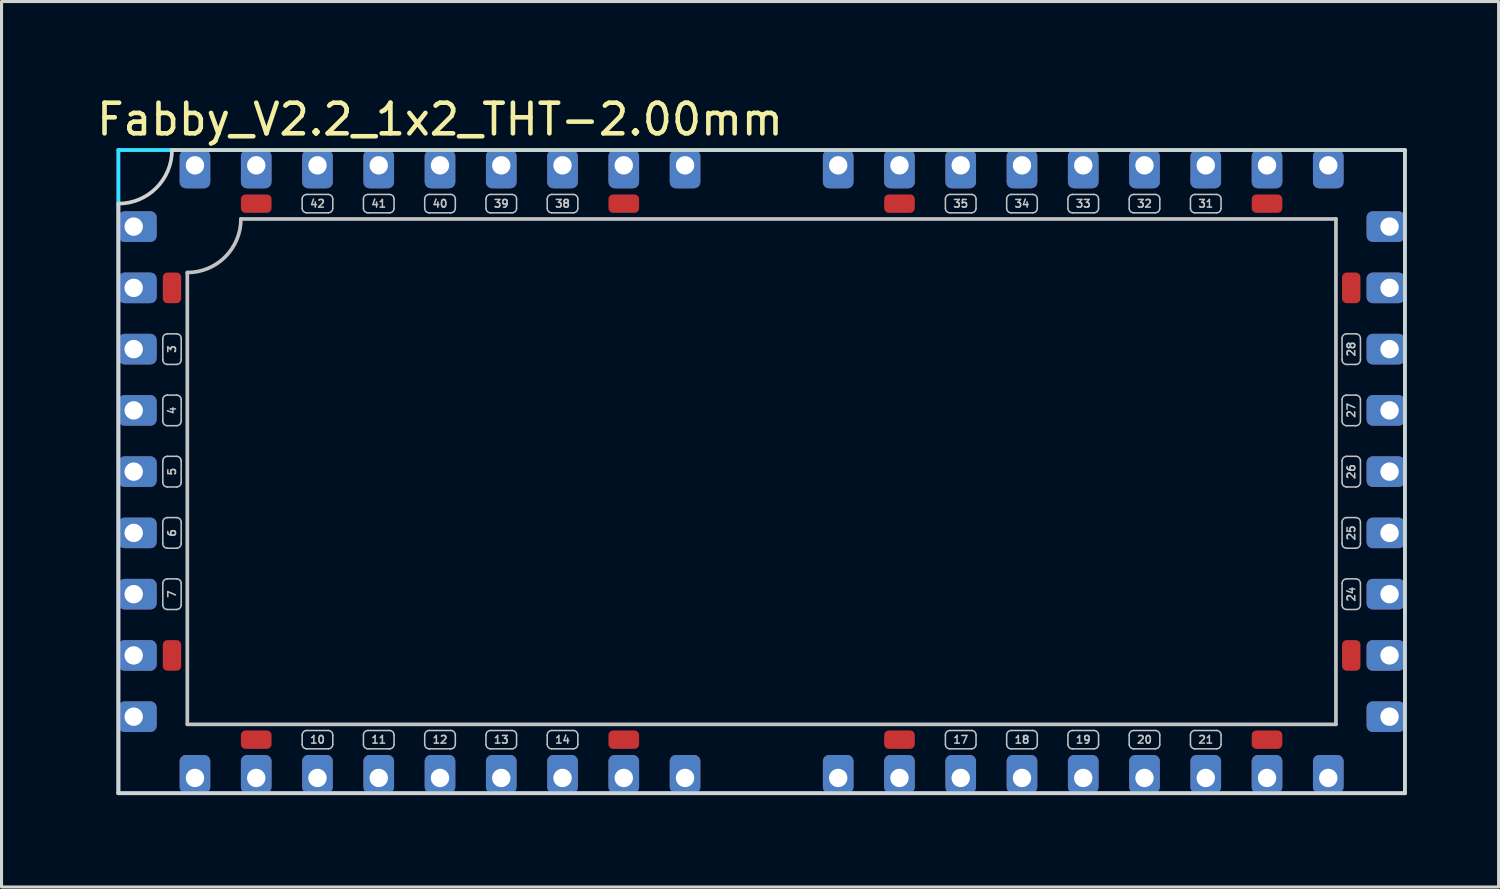
<source format=kicad_pcb>
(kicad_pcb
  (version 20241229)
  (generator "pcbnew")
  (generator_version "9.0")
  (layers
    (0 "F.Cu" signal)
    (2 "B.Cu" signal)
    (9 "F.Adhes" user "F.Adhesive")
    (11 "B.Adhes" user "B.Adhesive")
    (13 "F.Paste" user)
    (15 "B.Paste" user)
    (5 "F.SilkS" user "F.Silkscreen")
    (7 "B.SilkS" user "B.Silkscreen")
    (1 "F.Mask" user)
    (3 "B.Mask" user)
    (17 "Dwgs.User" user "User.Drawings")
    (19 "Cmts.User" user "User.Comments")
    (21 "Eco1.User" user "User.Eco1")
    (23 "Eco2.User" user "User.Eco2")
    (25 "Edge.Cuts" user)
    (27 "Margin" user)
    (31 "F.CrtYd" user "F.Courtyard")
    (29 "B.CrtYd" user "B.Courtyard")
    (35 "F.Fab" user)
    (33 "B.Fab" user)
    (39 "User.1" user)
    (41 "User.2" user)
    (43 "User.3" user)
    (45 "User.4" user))
  (footprint "Fabby_V2.2_1x2_THT-2.00mm"
    (layer "F.Cu")
    (at 21.815 12.348)
    (property "Reference" "Fabby_V2.2_1x2_THT-2.00mm" (at -10.5 -11.5 0) (layer "F.SilkS") (effects (font (size 1 1) (thickness 0.15))))
    (attr through_hole)
    (fp_line (start -19.55 -3.65) (end -19.55 -4.35) (stroke (width 0.05) (type solid)) (layer "Dwgs.User"))
    (fp_line (start -19.55 -1.65) (end -19.55 -2.35) (stroke (width 0.05) (type solid)) (layer "Dwgs.User"))
    (fp_line (start -19.55 0.35) (end -19.55 -0.35) (stroke (width 0.05) (type solid)) (layer "Dwgs.User"))
    (fp_line (start -19.55 2.35) (end -19.55 1.65) (stroke (width 0.05) (type solid)) (layer "Dwgs.User"))
    (fp_line (start -19.55 4.35) (end -19.55 3.65) (stroke (width 0.05) (type solid)) (layer "Dwgs.User"))
    (fp_line (start -19.4 -4.5) (end -19.1 -4.5) (stroke (width 0.05) (type solid)) (layer "Dwgs.User"))
    (fp_line (start -19.4 -3.5) (end -19.1 -3.5) (stroke (width 0.05) (type solid)) (layer "Dwgs.User"))
    (fp_line (start -19.4 -2.5) (end -19.1 -2.5) (stroke (width 0.05) (type solid)) (layer "Dwgs.User"))
    (fp_line (start -19.4 -1.5) (end -19.1 -1.5) (stroke (width 0.05) (type solid)) (layer "Dwgs.User"))
    (fp_line (start -19.4 -0.5) (end -19.1 -0.5) (stroke (width 0.05) (type solid)) (layer "Dwgs.User"))
    (fp_line (start -19.4 0.5) (end -19.1 0.5) (stroke (width 0.05) (type solid)) (layer "Dwgs.User"))
    (fp_line (start -19.4 1.5) (end -19.1 1.5) (stroke (width 0.05) (type solid)) (layer "Dwgs.User"))
    (fp_line (start -19.4 2.5) (end -19.1 2.5) (stroke (width 0.05) (type solid)) (layer "Dwgs.User"))
    (fp_line (start -19.4 3.5) (end -19.1 3.5) (stroke (width 0.05) (type solid)) (layer "Dwgs.User"))
    (fp_line (start -19.4 4.5) (end -19.1 4.5) (stroke (width 0.05) (type solid)) (layer "Dwgs.User"))
    (fp_line (start -18.95 -3.65) (end -18.95 -4.35) (stroke (width 0.05) (type solid)) (layer "Dwgs.User"))
    (fp_line (start -18.95 -1.65) (end -18.95 -2.35) (stroke (width 0.05) (type solid)) (layer "Dwgs.User"))
    (fp_line (start -18.95 0.35) (end -18.95 -0.35) (stroke (width 0.05) (type solid)) (layer "Dwgs.User"))
    (fp_line (start -18.95 2.35) (end -18.95 1.65) (stroke (width 0.05) (type solid)) (layer "Dwgs.User"))
    (fp_line (start -18.95 4.35) (end -18.95 3.65) (stroke (width 0.05) (type solid)) (layer "Dwgs.User"))
    (fp_line (start -18.75 8.25) (end -18.75 -6.5) (stroke (width 0.12) (type solid)) (layer "Dwgs.User"))
    (fp_line (start -17 -8.25) (end 18.75 -8.25) (stroke (width 0.12) (type solid)) (layer "Dwgs.User"))
    (fp_line (start -15 -8.6) (end -15 -8.9) (stroke (width 0.05) (type solid)) (layer "Dwgs.User"))
    (fp_line (start -15 8.6) (end -15 8.9) (stroke (width 0.05) (type solid)) (layer "Dwgs.User"))
    (fp_line (start -14.85 8.45) (end -14.15 8.45) (stroke (width 0.05) (type solid)) (layer "Dwgs.User"))
    (fp_line (start -14.85 9.05) (end -14.15 9.05) (stroke (width 0.05) (type solid)) (layer "Dwgs.User"))
    (fp_line (start -14.15 -9.05) (end -14.85 -9.05) (stroke (width 0.05) (type solid)) (layer "Dwgs.User"))
    (fp_line (start -14.15 -8.45) (end -14.85 -8.45) (stroke (width 0.05) (type solid)) (layer "Dwgs.User"))
    (fp_line (start -14 -8.6) (end -14 -8.9) (stroke (width 0.05) (type solid)) (layer "Dwgs.User"))
    (fp_line (start -14 8.6) (end -14 8.9) (stroke (width 0.05) (type solid)) (layer "Dwgs.User"))
    (fp_line (start -13 -8.6) (end -13 -8.9) (stroke (width 0.05) (type solid)) (layer "Dwgs.User"))
    (fp_line (start -13 8.6) (end -13 8.9) (stroke (width 0.05) (type solid)) (layer "Dwgs.User"))
    (fp_line (start -12.85 8.45) (end -12.15 8.45) (stroke (width 0.05) (type solid)) (layer "Dwgs.User"))
    (fp_line (start -12.85 9.05) (end -12.15 9.05) (stroke (width 0.05) (type solid)) (layer "Dwgs.User"))
    (fp_line (start -12.15 -9.05) (end -12.85 -9.05) (stroke (width 0.05) (type solid)) (layer "Dwgs.User"))
    (fp_line (start -12.15 -8.45) (end -12.85 -8.45) (stroke (width 0.05) (type solid)) (layer "Dwgs.User"))
    (fp_line (start -12 -8.6) (end -12 -8.9) (stroke (width 0.05) (type solid)) (layer "Dwgs.User"))
    (fp_line (start -12 8.6) (end -12 8.9) (stroke (width 0.05) (type solid)) (layer "Dwgs.User"))
    (fp_line (start -11 -8.6) (end -11 -8.9) (stroke (width 0.05) (type solid)) (layer "Dwgs.User"))
    (fp_line (start -11 8.6) (end -11 8.9) (stroke (width 0.05) (type solid)) (layer "Dwgs.User"))
    (fp_line (start -10.85 8.45) (end -10.15 8.45) (stroke (width 0.05) (type solid)) (layer "Dwgs.User"))
    (fp_line (start -10.85 9.05) (end -10.15 9.05) (stroke (width 0.05) (type solid)) (layer "Dwgs.User"))
    (fp_line (start -10.15 -9.05) (end -10.85 -9.05) (stroke (width 0.05) (type solid)) (layer "Dwgs.User"))
    (fp_line (start -10.15 -8.45) (end -10.85 -8.45) (stroke (width 0.05) (type solid)) (layer "Dwgs.User"))
    (fp_line (start -10 -8.6) (end -10 -8.9) (stroke (width 0.05) (type solid)) (layer "Dwgs.User"))
    (fp_line (start -10 8.6) (end -10 8.9) (stroke (width 0.05) (type solid)) (layer "Dwgs.User"))
    (fp_line (start -9 -8.6) (end -9 -8.9) (stroke (width 0.05) (type solid)) (layer "Dwgs.User"))
    (fp_line (start -9 8.6) (end -9 8.9) (stroke (width 0.05) (type solid)) (layer "Dwgs.User"))
    (fp_line (start -8.85 8.45) (end -8.15 8.45) (stroke (width 0.05) (type solid)) (layer "Dwgs.User"))
    (fp_line (start -8.85 9.05) (end -8.15 9.05) (stroke (width 0.05) (type solid)) (layer "Dwgs.User"))
    (fp_line (start -8.15 -9.05) (end -8.85 -9.05) (stroke (width 0.05) (type solid)) (layer "Dwgs.User"))
    (fp_line (start -8.15 -8.45) (end -8.85 -8.45) (stroke (width 0.05) (type solid)) (layer "Dwgs.User"))
    (fp_line (start -8 -8.6) (end -8 -8.9) (stroke (width 0.05) (type solid)) (layer "Dwgs.User"))
    (fp_line (start -8 8.6) (end -8 8.9) (stroke (width 0.05) (type solid)) (layer "Dwgs.User"))
    (fp_line (start -7 -8.6) (end -7 -8.9) (stroke (width 0.05) (type solid)) (layer "Dwgs.User"))
    (fp_line (start -7 8.6) (end -7 8.9) (stroke (width 0.05) (type solid)) (layer "Dwgs.User"))
    (fp_line (start -6.85 8.45) (end -6.15 8.45) (stroke (width 0.05) (type solid)) (layer "Dwgs.User"))
    (fp_line (start -6.85 9.05) (end -6.15 9.05) (stroke (width 0.05) (type solid)) (layer "Dwgs.User"))
    (fp_line (start -6.15 -9.05) (end -6.85 -9.05) (stroke (width 0.05) (type solid)) (layer "Dwgs.User"))
    (fp_line (start -6.15 -8.45) (end -6.85 -8.45) (stroke (width 0.05) (type solid)) (layer "Dwgs.User"))
    (fp_line (start -6 -8.6) (end -6 -8.9) (stroke (width 0.05) (type solid)) (layer "Dwgs.User"))
    (fp_line (start -6 8.6) (end -6 8.9) (stroke (width 0.05) (type solid)) (layer "Dwgs.User"))
    (fp_line (start 6 -8.6) (end 6 -8.9) (stroke (width 0.05) (type solid)) (layer "Dwgs.User"))
    (fp_line (start 6 8.9) (end 6 8.6) (stroke (width 0.05) (type solid)) (layer "Dwgs.User"))
    (fp_line (start 6.85 -9.05) (end 6.15 -9.05) (stroke (width 0.05) (type solid)) (layer "Dwgs.User"))
    (fp_line (start 6.85 -8.45) (end 6.15 -8.45) (stroke (width 0.05) (type solid)) (layer "Dwgs.User"))
    (fp_line (start 6.85 8.45) (end 6.15 8.45) (stroke (width 0.05) (type solid)) (layer "Dwgs.User"))
    (fp_line (start 6.85 9.05) (end 6.15 9.05) (stroke (width 0.05) (type solid)) (layer "Dwgs.User"))
    (fp_line (start 7 -8.6) (end 7 -8.9) (stroke (width 0.05) (type solid)) (layer "Dwgs.User"))
    (fp_line (start 7 8.9) (end 7 8.6) (stroke (width 0.05) (type solid)) (layer "Dwgs.User"))
    (fp_line (start 8 -8.6) (end 8 -8.9) (stroke (width 0.05) (type solid)) (layer "Dwgs.User"))
    (fp_line (start 8 8.9) (end 8 8.6) (stroke (width 0.05) (type solid)) (layer "Dwgs.User"))
    (fp_line (start 8.85 -9.05) (end 8.15 -9.05) (stroke (width 0.05) (type solid)) (layer "Dwgs.User"))
    (fp_line (start 8.85 -8.45) (end 8.15 -8.45) (stroke (width 0.05) (type solid)) (layer "Dwgs.User"))
    (fp_line (start 8.85 8.45) (end 8.15 8.45) (stroke (width 0.05) (type solid)) (layer "Dwgs.User"))
    (fp_line (start 8.85 9.05) (end 8.15 9.05) (stroke (width 0.05) (type solid)) (layer "Dwgs.User"))
    (fp_line (start 9 -8.6) (end 9 -8.9) (stroke (width 0.05) (type solid)) (layer "Dwgs.User"))
    (fp_line (start 9 8.9) (end 9 8.6) (stroke (width 0.05) (type solid)) (layer "Dwgs.User"))
    (fp_line (start 10 -8.6) (end 10 -8.9) (stroke (width 0.05) (type solid)) (layer "Dwgs.User"))
    (fp_line (start 10 8.9) (end 10 8.6) (stroke (width 0.05) (type solid)) (layer "Dwgs.User"))
    (fp_line (start 10.85 -9.05) (end 10.15 -9.05) (stroke (width 0.05) (type solid)) (layer "Dwgs.User"))
    (fp_line (start 10.85 -8.45) (end 10.15 -8.45) (stroke (width 0.05) (type solid)) (layer "Dwgs.User"))
    (fp_line (start 10.85 8.45) (end 10.15 8.45) (stroke (width 0.05) (type solid)) (layer "Dwgs.User"))
    (fp_line (start 10.85 9.05) (end 10.15 9.05) (stroke (width 0.05) (type solid)) (layer "Dwgs.User"))
    (fp_line (start 11 -8.6) (end 11 -8.9) (stroke (width 0.05) (type solid)) (layer "Dwgs.User"))
    (fp_line (start 11 8.9) (end 11 8.6) (stroke (width 0.05) (type solid)) (layer "Dwgs.User"))
    (fp_line (start 12 -8.6) (end 12 -8.9) (stroke (width 0.05) (type solid)) (layer "Dwgs.User"))
    (fp_line (start 12 8.9) (end 12 8.6) (stroke (width 0.05) (type solid)) (layer "Dwgs.User"))
    (fp_line (start 12.85 -9.05) (end 12.15 -9.05) (stroke (width 0.05) (type solid)) (layer "Dwgs.User"))
    (fp_line (start 12.85 -8.45) (end 12.15 -8.45) (stroke (width 0.05) (type solid)) (layer "Dwgs.User"))
    (fp_line (start 12.85 8.45) (end 12.15 8.45) (stroke (width 0.05) (type solid)) (layer "Dwgs.User"))
    (fp_line (start 12.85 9.05) (end 12.15 9.05) (stroke (width 0.05) (type solid)) (layer "Dwgs.User"))
    (fp_line (start 13 -8.6) (end 13 -8.9) (stroke (width 0.05) (type solid)) (layer "Dwgs.User"))
    (fp_line (start 13 8.9) (end 13 8.6) (stroke (width 0.05) (type solid)) (layer "Dwgs.User"))
    (fp_line (start 14 -8.6) (end 14 -8.9) (stroke (width 0.05) (type solid)) (layer "Dwgs.User"))
    (fp_line (start 14 8.9) (end 14 8.6) (stroke (width 0.05) (type solid)) (layer "Dwgs.User"))
    (fp_line (start 14.85 -9.05) (end 14.15 -9.05) (stroke (width 0.05) (type solid)) (layer "Dwgs.User"))
    (fp_line (start 14.85 -8.45) (end 14.15 -8.45) (stroke (width 0.05) (type solid)) (layer "Dwgs.User"))
    (fp_line (start 14.85 8.45) (end 14.15 8.45) (stroke (width 0.05) (type solid)) (layer "Dwgs.User"))
    (fp_line (start 14.85 9.05) (end 14.15 9.05) (stroke (width 0.05) (type solid)) (layer "Dwgs.User"))
    (fp_line (start 15 -8.6) (end 15 -8.9) (stroke (width 0.05) (type solid)) (layer "Dwgs.User"))
    (fp_line (start 15 8.9) (end 15 8.6) (stroke (width 0.05) (type solid)) (layer "Dwgs.User"))
    (fp_line (start 18.75 -8.25) (end 18.75 8.25) (stroke (width 0.12) (type solid)) (layer "Dwgs.User"))
    (fp_line (start 18.75 8.25) (end -18.75 8.25) (stroke (width 0.12) (type solid)) (layer "Dwgs.User"))
    (fp_line (start 18.95 -4.35) (end 18.95 -3.65) (stroke (width 0.05) (type solid)) (layer "Dwgs.User"))
    (fp_line (start 18.95 -2.35) (end 18.95 -1.65) (stroke (width 0.05) (type solid)) (layer "Dwgs.User"))
    (fp_line (start 18.95 -0.35) (end 18.95 0.35) (stroke (width 0.05) (type solid)) (layer "Dwgs.User"))
    (fp_line (start 18.95 1.65) (end 18.95 2.35) (stroke (width 0.05) (type solid)) (layer "Dwgs.User"))
    (fp_line (start 18.95 3.65) (end 18.95 4.35) (stroke (width 0.05) (type solid)) (layer "Dwgs.User"))
    (fp_line (start 19.4 -4.5) (end 19.1 -4.5) (stroke (width 0.05) (type solid)) (layer "Dwgs.User"))
    (fp_line (start 19.4 -3.5) (end 19.1 -3.5) (stroke (width 0.05) (type solid)) (layer "Dwgs.User"))
    (fp_line (start 19.4 -2.5) (end 19.1 -2.5) (stroke (width 0.05) (type solid)) (layer "Dwgs.User"))
    (fp_line (start 19.4 -1.5) (end 19.1 -1.5) (stroke (width 0.05) (type solid)) (layer "Dwgs.User"))
    (fp_line (start 19.4 -0.5) (end 19.1 -0.5) (stroke (width 0.05) (type solid)) (layer "Dwgs.User"))
    (fp_line (start 19.4 0.5) (end 19.1 0.5) (stroke (width 0.05) (type solid)) (layer "Dwgs.User"))
    (fp_line (start 19.4 1.5) (end 19.1 1.5) (stroke (width 0.05) (type solid)) (layer "Dwgs.User"))
    (fp_line (start 19.4 2.5) (end 19.1 2.5) (stroke (width 0.05) (type solid)) (layer "Dwgs.User"))
    (fp_line (start 19.4 3.5) (end 19.1 3.5) (stroke (width 0.05) (type solid)) (layer "Dwgs.User"))
    (fp_line (start 19.4 4.5) (end 19.1 4.5) (stroke (width 0.05) (type solid)) (layer "Dwgs.User"))
    (fp_line (start 19.55 -4.35) (end 19.55 -3.65) (stroke (width 0.05) (type solid)) (layer "Dwgs.User"))
    (fp_line (start 19.55 -2.35) (end 19.55 -1.65) (stroke (width 0.05) (type solid)) (layer "Dwgs.User"))
    (fp_line (start 19.55 -0.35) (end 19.55 0.35) (stroke (width 0.05) (type solid)) (layer "Dwgs.User"))
    (fp_line (start 19.55 1.65) (end 19.55 2.35) (stroke (width 0.05) (type solid)) (layer "Dwgs.User"))
    (fp_line (start 19.55 3.65) (end 19.55 4.35) (stroke (width 0.05) (type solid)) (layer "Dwgs.User"))
    (fp_arc (start -19.55 -4.35) (mid -19.506066 -4.456066) (end -19.4 -4.5) (stroke (width 0.05) (type solid)) (layer "Dwgs.User"))
    (fp_arc (start -19.55 -2.35) (mid -19.506066 -2.456066) (end -19.4 -2.5) (stroke (width 0.05) (type solid)) (layer "Dwgs.User"))
    (fp_arc (start -19.55 -0.35) (mid -19.506066 -0.456066) (end -19.4 -0.5) (stroke (width 0.05) (type solid)) (layer "Dwgs.User"))
    (fp_arc (start -19.55 1.65) (mid -19.506066 1.543934) (end -19.4 1.5) (stroke (width 0.05) (type solid)) (layer "Dwgs.User"))
    (fp_arc (start -19.55 3.65) (mid -19.506066 3.543934) (end -19.4 3.5) (stroke (width 0.05) (type solid)) (layer "Dwgs.User"))
    (fp_arc (start -19.4 -3.5) (mid -19.506066 -3.543934) (end -19.55 -3.65) (stroke (width 0.05) (type solid)) (layer "Dwgs.User"))
    (fp_arc (start -19.4 -1.5) (mid -19.506066 -1.543934) (end -19.55 -1.65) (stroke (width 0.05) (type solid)) (layer "Dwgs.User"))
    (fp_arc (start -19.4 0.5) (mid -19.506066 0.456066) (end -19.55 0.35) (stroke (width 0.05) (type solid)) (layer "Dwgs.User"))
    (fp_arc (start -19.4 2.5) (mid -19.506066 2.456066) (end -19.55 2.35) (stroke (width 0.05) (type solid)) (layer "Dwgs.User"))
    (fp_arc (start -19.4 4.5) (mid -19.506066 4.456066) (end -19.55 4.35) (stroke (width 0.05) (type solid)) (layer "Dwgs.User"))
    (fp_arc (start -19.1 -4.5) (mid -18.993934 -4.456066) (end -18.95 -4.35) (stroke (width 0.05) (type solid)) (layer "Dwgs.User"))
    (fp_arc (start -19.1 -2.5) (mid -18.993934 -2.456066) (end -18.95 -2.35) (stroke (width 0.05) (type solid)) (layer "Dwgs.User"))
    (fp_arc (start -19.1 -0.5) (mid -18.993934 -0.456066) (end -18.95 -0.35) (stroke (width 0.05) (type solid)) (layer "Dwgs.User"))
    (fp_arc (start -19.1 1.5) (mid -18.993934 1.543934) (end -18.95 1.65) (stroke (width 0.05) (type solid)) (layer "Dwgs.User"))
    (fp_arc (start -19.1 3.5) (mid -18.993934 3.543934) (end -18.95 3.65) (stroke (width 0.05) (type solid)) (layer "Dwgs.User"))
    (fp_arc (start -18.95 -3.65) (mid -18.993934 -3.543934) (end -19.1 -3.5) (stroke (width 0.05) (type solid)) (layer "Dwgs.User"))
    (fp_arc (start -18.95 -1.65) (mid -18.993934 -1.543934) (end -19.1 -1.5) (stroke (width 0.05) (type solid)) (layer "Dwgs.User"))
    (fp_arc (start -18.95 0.35) (mid -18.993934 0.456066) (end -19.1 0.5) (stroke (width 0.05) (type solid)) (layer "Dwgs.User"))
    (fp_arc (start -18.95 2.35) (mid -18.993934 2.456066) (end -19.1 2.5) (stroke (width 0.05) (type solid)) (layer "Dwgs.User"))
    (fp_arc (start -18.95 4.35) (mid -18.993934 4.456066) (end -19.1 4.5) (stroke (width 0.05) (type solid)) (layer "Dwgs.User"))
    (fp_arc (start -17 -8.25) (mid -17.512563 -7.012563) (end -18.75 -6.5) (stroke (width 0.12) (type solid)) (layer "Dwgs.User"))
    (fp_arc (start -15 -8.9) (mid -14.956066 -9.006066) (end -14.85 -9.05) (stroke (width 0.05) (type solid)) (layer "Dwgs.User"))
    (fp_arc (start -15 8.6) (mid -14.956066 8.493934) (end -14.85 8.45) (stroke (width 0.05) (type solid)) (layer "Dwgs.User"))
    (fp_arc (start -14.85 -8.45) (mid -14.956066 -8.493934) (end -15 -8.6) (stroke (width 0.05) (type solid)) (layer "Dwgs.User"))
    (fp_arc (start -14.85 9.05) (mid -14.956066 9.006066) (end -15 8.9) (stroke (width 0.05) (type solid)) (layer "Dwgs.User"))
    (fp_arc (start -14.15 -9.05) (mid -14.043934 -9.006066) (end -14 -8.9) (stroke (width 0.05) (type solid)) (layer "Dwgs.User"))
    (fp_arc (start -14.15 8.45) (mid -14.043934 8.493934) (end -14 8.6) (stroke (width 0.05) (type solid)) (layer "Dwgs.User"))
    (fp_arc (start -14 -8.6) (mid -14.043934 -8.493934) (end -14.15 -8.45) (stroke (width 0.05) (type solid)) (layer "Dwgs.User"))
    (fp_arc (start -14 8.9) (mid -14.043934 9.006066) (end -14.15 9.05) (stroke (width 0.05) (type solid)) (layer "Dwgs.User"))
    (fp_arc (start -13 -8.9) (mid -12.956066 -9.006066) (end -12.85 -9.05) (stroke (width 0.05) (type solid)) (layer "Dwgs.User"))
    (fp_arc (start -13 8.6) (mid -12.956066 8.493934) (end -12.85 8.45) (stroke (width 0.05) (type solid)) (layer "Dwgs.User"))
    (fp_arc (start -12.85 -8.45) (mid -12.956066 -8.493934) (end -13 -8.6) (stroke (width 0.05) (type solid)) (layer "Dwgs.User"))
    (fp_arc (start -12.85 9.05) (mid -12.956066 9.006066) (end -13 8.9) (stroke (width 0.05) (type solid)) (layer "Dwgs.User"))
    (fp_arc (start -12.15 -9.05) (mid -12.043934 -9.006066) (end -12 -8.9) (stroke (width 0.05) (type solid)) (layer "Dwgs.User"))
    (fp_arc (start -12.15 8.45) (mid -12.043934 8.493934) (end -12 8.6) (stroke (width 0.05) (type solid)) (layer "Dwgs.User"))
    (fp_arc (start -12 -8.6) (mid -12.043934 -8.493934) (end -12.15 -8.45) (stroke (width 0.05) (type solid)) (layer "Dwgs.User"))
    (fp_arc (start -12 8.9) (mid -12.043934 9.006066) (end -12.15 9.05) (stroke (width 0.05) (type solid)) (layer "Dwgs.User"))
    (fp_arc (start -11 -8.9) (mid -10.956066 -9.006066) (end -10.85 -9.05) (stroke (width 0.05) (type solid)) (layer "Dwgs.User"))
    (fp_arc (start -11 8.6) (mid -10.956066 8.493934) (end -10.85 8.45) (stroke (width 0.05) (type solid)) (layer "Dwgs.User"))
    (fp_arc (start -10.85 -8.45) (mid -10.956066 -8.493934) (end -11 -8.6) (stroke (width 0.05) (type solid)) (layer "Dwgs.User"))
    (fp_arc (start -10.85 9.05) (mid -10.956066 9.006066) (end -11 8.9) (stroke (width 0.05) (type solid)) (layer "Dwgs.User"))
    (fp_arc (start -10.15 -9.05) (mid -10.043934 -9.006066) (end -10 -8.9) (stroke (width 0.05) (type solid)) (layer "Dwgs.User"))
    (fp_arc (start -10.15 8.45) (mid -10.043934 8.493934) (end -10 8.6) (stroke (width 0.05) (type solid)) (layer "Dwgs.User"))
    (fp_arc (start -10 -8.6) (mid -10.043934 -8.493934) (end -10.15 -8.45) (stroke (width 0.05) (type solid)) (layer "Dwgs.User"))
    (fp_arc (start -10 8.9) (mid -10.043934 9.006066) (end -10.15 9.05) (stroke (width 0.05) (type solid)) (layer "Dwgs.User"))
    (fp_arc (start -9 -8.9) (mid -8.956066 -9.006066) (end -8.85 -9.05) (stroke (width 0.05) (type solid)) (layer "Dwgs.User"))
    (fp_arc (start -9 8.6) (mid -8.956066 8.493934) (end -8.85 8.45) (stroke (width 0.05) (type solid)) (layer "Dwgs.User"))
    (fp_arc (start -8.85 -8.45) (mid -8.956066 -8.493934) (end -9 -8.6) (stroke (width 0.05) (type solid)) (layer "Dwgs.User"))
    (fp_arc (start -8.85 9.05) (mid -8.956066 9.006066) (end -9 8.9) (stroke (width 0.05) (type solid)) (layer "Dwgs.User"))
    (fp_arc (start -8.15 -9.05) (mid -8.043934 -9.006066) (end -8 -8.9) (stroke (width 0.05) (type solid)) (layer "Dwgs.User"))
    (fp_arc (start -8.15 8.45) (mid -8.043934 8.493934) (end -8 8.6) (stroke (width 0.05) (type solid)) (layer "Dwgs.User"))
    (fp_arc (start -8 -8.6) (mid -8.043934 -8.493934) (end -8.15 -8.45) (stroke (width 0.05) (type solid)) (layer "Dwgs.User"))
    (fp_arc (start -8 8.9) (mid -8.043934 9.006066) (end -8.15 9.05) (stroke (width 0.05) (type solid)) (layer "Dwgs.User"))
    (fp_arc (start -7 -8.9) (mid -6.956066 -9.006066) (end -6.85 -9.05) (stroke (width 0.05) (type solid)) (layer "Dwgs.User"))
    (fp_arc (start -7 8.6) (mid -6.956066 8.493934) (end -6.85 8.45) (stroke (width 0.05) (type solid)) (layer "Dwgs.User"))
    (fp_arc (start -6.85 -8.45) (mid -6.956066 -8.493934) (end -7 -8.6) (stroke (width 0.05) (type solid)) (layer "Dwgs.User"))
    (fp_arc (start -6.85 9.05) (mid -6.956066 9.006066) (end -7 8.9) (stroke (width 0.05) (type solid)) (layer "Dwgs.User"))
    (fp_arc (start -6.15 -9.05) (mid -6.043934 -9.006066) (end -6 -8.9) (stroke (width 0.05) (type solid)) (layer "Dwgs.User"))
    (fp_arc (start -6.15 8.45) (mid -6.043934 8.493934) (end -6 8.6) (stroke (width 0.05) (type solid)) (layer "Dwgs.User"))
    (fp_arc (start -6 -8.6) (mid -6.043934 -8.493934) (end -6.15 -8.45) (stroke (width 0.05) (type solid)) (layer "Dwgs.User"))
    (fp_arc (start -6 8.9) (mid -6.043934 9.006066) (end -6.15 9.05) (stroke (width 0.05) (type solid)) (layer "Dwgs.User"))
    (fp_arc (start 6 -8.9) (mid 6.043934 -9.006066) (end 6.15 -9.05) (stroke (width 0.05) (type solid)) (layer "Dwgs.User"))
    (fp_arc (start 6 8.6) (mid 6.043934 8.493934) (end 6.15 8.45) (stroke (width 0.05) (type solid)) (layer "Dwgs.User"))
    (fp_arc (start 6.15 -8.45) (mid 6.043934 -8.493934) (end 6 -8.6) (stroke (width 0.05) (type solid)) (layer "Dwgs.User"))
    (fp_arc (start 6.15 9.05) (mid 6.043934 9.006066) (end 6 8.9) (stroke (width 0.05) (type solid)) (layer "Dwgs.User"))
    (fp_arc (start 6.85 -9.05) (mid 6.956066 -9.006066) (end 7 -8.9) (stroke (width 0.05) (type solid)) (layer "Dwgs.User"))
    (fp_arc (start 6.85 8.45) (mid 6.956066 8.493934) (end 7 8.6) (stroke (width 0.05) (type solid)) (layer "Dwgs.User"))
    (fp_arc (start 7 -8.6) (mid 6.956066 -8.493934) (end 6.85 -8.45) (stroke (width 0.05) (type solid)) (layer "Dwgs.User"))
    (fp_arc (start 7 8.9) (mid 6.956066 9.006066) (end 6.85 9.05) (stroke (width 0.05) (type solid)) (layer "Dwgs.User"))
    (fp_arc (start 8 -8.9) (mid 8.043934 -9.006066) (end 8.15 -9.05) (stroke (width 0.05) (type solid)) (layer "Dwgs.User"))
    (fp_arc (start 8 8.6) (mid 8.043934 8.493934) (end 8.15 8.45) (stroke (width 0.05) (type solid)) (layer "Dwgs.User"))
    (fp_arc (start 8.15 -8.45) (mid 8.043934 -8.493934) (end 8 -8.6) (stroke (width 0.05) (type solid)) (layer "Dwgs.User"))
    (fp_arc (start 8.15 9.05) (mid 8.043934 9.006066) (end 8 8.9) (stroke (width 0.05) (type solid)) (layer "Dwgs.User"))
    (fp_arc (start 8.85 -9.05) (mid 8.956066 -9.006066) (end 9 -8.9) (stroke (width 0.05) (type solid)) (layer "Dwgs.User"))
    (fp_arc (start 8.85 8.45) (mid 8.956066 8.493934) (end 9 8.6) (stroke (width 0.05) (type solid)) (layer "Dwgs.User"))
    (fp_arc (start 9 -8.6) (mid 8.956066 -8.493934) (end 8.85 -8.45) (stroke (width 0.05) (type solid)) (layer "Dwgs.User"))
    (fp_arc (start 9 8.9) (mid 8.956066 9.006066) (end 8.85 9.05) (stroke (width 0.05) (type solid)) (layer "Dwgs.User"))
    (fp_arc (start 10 -8.9) (mid 10.043934 -9.006066) (end 10.15 -9.05) (stroke (width 0.05) (type solid)) (layer "Dwgs.User"))
    (fp_arc (start 10 8.6) (mid 10.043934 8.493934) (end 10.15 8.45) (stroke (width 0.05) (type solid)) (layer "Dwgs.User"))
    (fp_arc (start 10.15 -8.45) (mid 10.043934 -8.493934) (end 10 -8.6) (stroke (width 0.05) (type solid)) (layer "Dwgs.User"))
    (fp_arc (start 10.15 9.05) (mid 10.043934 9.006066) (end 10 8.9) (stroke (width 0.05) (type solid)) (layer "Dwgs.User"))
    (fp_arc (start 10.85 -9.05) (mid 10.956066 -9.006066) (end 11 -8.9) (stroke (width 0.05) (type solid)) (layer "Dwgs.User"))
    (fp_arc (start 10.85 8.45) (mid 10.956066 8.493934) (end 11 8.6) (stroke (width 0.05) (type solid)) (layer "Dwgs.User"))
    (fp_arc (start 11 -8.6) (mid 10.956066 -8.493934) (end 10.85 -8.45) (stroke (width 0.05) (type solid)) (layer "Dwgs.User"))
    (fp_arc (start 11 8.9) (mid 10.956066 9.006066) (end 10.85 9.05) (stroke (width 0.05) (type solid)) (layer "Dwgs.User"))
    (fp_arc (start 12 -8.9) (mid 12.043934 -9.006066) (end 12.15 -9.05) (stroke (width 0.05) (type solid)) (layer "Dwgs.User"))
    (fp_arc (start 12 8.6) (mid 12.043934 8.493934) (end 12.15 8.45) (stroke (width 0.05) (type solid)) (layer "Dwgs.User"))
    (fp_arc (start 12.15 -8.45) (mid 12.043934 -8.493934) (end 12 -8.6) (stroke (width 0.05) (type solid)) (layer "Dwgs.User"))
    (fp_arc (start 12.15 9.05) (mid 12.043934 9.006066) (end 12 8.9) (stroke (width 0.05) (type solid)) (layer "Dwgs.User"))
    (fp_arc (start 12.85 -9.05) (mid 12.956066 -9.006066) (end 13 -8.9) (stroke (width 0.05) (type solid)) (layer "Dwgs.User"))
    (fp_arc (start 12.85 8.45) (mid 12.956066 8.493934) (end 13 8.6) (stroke (width 0.05) (type solid)) (layer "Dwgs.User"))
    (fp_arc (start 13 -8.6) (mid 12.956066 -8.493934) (end 12.85 -8.45) (stroke (width 0.05) (type solid)) (layer "Dwgs.User"))
    (fp_arc (start 13 8.9) (mid 12.956066 9.006066) (end 12.85 9.05) (stroke (width 0.05) (type solid)) (layer "Dwgs.User"))
    (fp_arc (start 14 -8.9) (mid 14.043934 -9.006066) (end 14.15 -9.05) (stroke (width 0.05) (type solid)) (layer "Dwgs.User"))
    (fp_arc (start 14 8.6) (mid 14.043934 8.493934) (end 14.15 8.45) (stroke (width 0.05) (type solid)) (layer "Dwgs.User"))
    (fp_arc (start 14.15 -8.45) (mid 14.043934 -8.493934) (end 14 -8.6) (stroke (width 0.05) (type solid)) (layer "Dwgs.User"))
    (fp_arc (start 14.15 9.05) (mid 14.043934 9.006066) (end 14 8.9) (stroke (width 0.05) (type solid)) (layer "Dwgs.User"))
    (fp_arc (start 14.85 -9.05) (mid 14.956066 -9.006066) (end 15 -8.9) (stroke (width 0.05) (type solid)) (layer "Dwgs.User"))
    (fp_arc (start 14.85 8.45) (mid 14.956066 8.493934) (end 15 8.6) (stroke (width 0.05) (type solid)) (layer "Dwgs.User"))
    (fp_arc (start 15 -8.6) (mid 14.956066 -8.493934) (end 14.85 -8.45) (stroke (width 0.05) (type solid)) (layer "Dwgs.User"))
    (fp_arc (start 15 8.9) (mid 14.956066 9.006066) (end 14.85 9.05) (stroke (width 0.05) (type solid)) (layer "Dwgs.User"))
    (fp_arc (start 18.95 -4.35) (mid 18.993934 -4.456066) (end 19.1 -4.5) (stroke (width 0.05) (type solid)) (layer "Dwgs.User"))
    (fp_arc (start 18.95 -2.35) (mid 18.993934 -2.456066) (end 19.1 -2.5) (stroke (width 0.05) (type solid)) (layer "Dwgs.User"))
    (fp_arc (start 18.95 -0.35) (mid 18.993934 -0.456066) (end 19.1 -0.5) (stroke (width 0.05) (type solid)) (layer "Dwgs.User"))
    (fp_arc (start 18.95 1.65) (mid 18.993934 1.543934) (end 19.1 1.5) (stroke (width 0.05) (type solid)) (layer "Dwgs.User"))
    (fp_arc (start 18.95 3.65) (mid 18.993934 3.543934) (end 19.1 3.5) (stroke (width 0.05) (type solid)) (layer "Dwgs.User"))
    (fp_arc (start 19.1 -3.5) (mid 18.993934 -3.543934) (end 18.95 -3.65) (stroke (width 0.05) (type solid)) (layer "Dwgs.User"))
    (fp_arc (start 19.1 -1.5) (mid 18.993934 -1.543934) (end 18.95 -1.65) (stroke (width 0.05) (type solid)) (layer "Dwgs.User"))
    (fp_arc (start 19.1 0.5) (mid 18.993934 0.456066) (end 18.95 0.35) (stroke (width 0.05) (type solid)) (layer "Dwgs.User"))
    (fp_arc (start 19.1 2.5) (mid 18.993934 2.456066) (end 18.95 2.35) (stroke (width 0.05) (type solid)) (layer "Dwgs.User"))
    (fp_arc (start 19.1 4.5) (mid 18.993934 4.456066) (end 18.95 4.35) (stroke (width 0.05) (type solid)) (layer "Dwgs.User"))
    (fp_arc (start 19.4 -4.5) (mid 19.506066 -4.456066) (end 19.55 -4.35) (stroke (width 0.05) (type solid)) (layer "Dwgs.User"))
    (fp_arc (start 19.4 -2.5) (mid 19.506066 -2.456066) (end 19.55 -2.35) (stroke (width 0.05) (type solid)) (layer "Dwgs.User"))
    (fp_arc (start 19.4 -0.5) (mid 19.506066 -0.456066) (end 19.55 -0.35) (stroke (width 0.05) (type solid)) (layer "Dwgs.User"))
    (fp_arc (start 19.4 1.5) (mid 19.506066 1.543934) (end 19.55 1.65) (stroke (width 0.05) (type solid)) (layer "Dwgs.User"))
    (fp_arc (start 19.4 3.5) (mid 19.506066 3.543934) (end 19.55 3.65) (stroke (width 0.05) (type solid)) (layer "Dwgs.User"))
    (fp_arc (start 19.55 -3.65) (mid 19.506066 -3.543934) (end 19.4 -3.5) (stroke (width 0.05) (type solid)) (layer "Dwgs.User"))
    (fp_arc (start 19.55 -1.65) (mid 19.506066 -1.543934) (end 19.4 -1.5) (stroke (width 0.05) (type solid)) (layer "Dwgs.User"))
    (fp_arc (start 19.55 0.35) (mid 19.506066 0.456066) (end 19.4 0.5) (stroke (width 0.05) (type solid)) (layer "Dwgs.User"))
    (fp_arc (start 19.55 2.35) (mid 19.506066 2.456066) (end 19.4 2.5) (stroke (width 0.05) (type solid)) (layer "Dwgs.User"))
    (fp_arc (start 19.55 4.35) (mid 19.506066 4.456066) (end 19.4 4.5) (stroke (width 0.05) (type solid)) (layer "Dwgs.User"))
    (fp_line (start -21 -8.75) (end -21 10.5) (stroke (width 0.12) (type solid)) (layer "Edge.Cuts"))
    (fp_line (start -21 10.5) (end 21 10.5) (stroke (width 0.12) (type solid)) (layer "Edge.Cuts"))
    (fp_line (start -19.25 -10.5) (end 21 -10.5) (stroke (width 0.12) (type solid)) (layer "Edge.Cuts"))
    (fp_line (start 21 -10.5) (end 21 10.5) (stroke (width 0.12) (type solid)) (layer "Edge.Cuts"))
    (fp_arc (start -19.25 -10.5) (mid -19.762563 -9.262563) (end -21 -8.75) (stroke (width 0.12) (type solid)) (layer "Edge.Cuts"))
    (fp_line (start -21 -10.5) (end 21 -10.5) (stroke (width 0.12) (type solid)) (layer "B.CrtYd"))
    (fp_line (start -21 10.5) (end -21 -10.5) (stroke (width 0.12) (type solid)) (layer "B.CrtYd"))
    (fp_line (start -21 10.5) (end 21 10.5) (stroke (width 0.12) (type solid)) (layer "B.CrtYd"))
    (fp_line (start 21 10.5) (end 21 -10.5) (stroke (width 0.12) (type solid)) (layer "B.CrtYd"))
    (fp_line (start -21 -10.5) (end 21 -10.5) (stroke (width 0.12) (type solid)) (layer "F.CrtYd"))
    (fp_line (start -21 10.5) (end -21 -10.5) (stroke (width 0.12) (type solid)) (layer "F.CrtYd"))
    (fp_line (start -21 10.5) (end 21 10.5) (stroke (width 0.12) (type solid)) (layer "F.CrtYd"))
    (fp_line (start 21 10.5) (end 21 -10.5) (stroke (width 0.12) (type solid)) (layer "F.CrtYd"))
    (fp_text user "32" (at 12.5 -8.75 180) (layer "Dwgs.User") (effects (font (size 0.25 0.25) (thickness 0.05))))
    (fp_text user "18" (at 8.5 8.75 180) (layer "Dwgs.User") (effects (font (size 0.25 0.25) (thickness 0.05))))
    (fp_text user "4" (at -19.25 -2 90) (layer "Dwgs.User") (effects (font (size 0.25 0.25) (thickness 0.05))))
    (fp_text user "17" (at 6.5 8.75 180) (layer "Dwgs.User") (effects (font (size 0.25 0.25) (thickness 0.05))))
    (fp_text user "31" (at 14.5 -8.75 180) (layer "Dwgs.User") (effects (font (size 0.25 0.25) (thickness 0.05))))
    (fp_text user "34" (at 8.5 -8.75 180) (layer "Dwgs.User") (effects (font (size 0.25 0.25) (thickness 0.05))))
    (fp_text user "14" (at -6.5 8.75 0) (layer "Dwgs.User") (effects (font (size 0.25 0.25) (thickness 0.05))))
    (fp_text user "28" (at 19.25 -4 270) (layer "Dwgs.User") (effects (font (size 0.25 0.25) (thickness 0.05))))
    (fp_text user "13" (at -8.5 8.75 0) (layer "Dwgs.User") (effects (font (size 0.25 0.25) (thickness 0.05))))
    (fp_text user "7" (at -19.25 4 90) (layer "Dwgs.User") (effects (font (size 0.25 0.25) (thickness 0.05))))
    (fp_text user "41" (at -12.5 -8.75 180) (layer "Dwgs.User") (effects (font (size 0.25 0.25) (thickness 0.05))))
    (fp_text user "20" (at 12.5 8.75 180) (layer "Dwgs.User") (effects (font (size 0.25 0.25) (thickness 0.05))))
    (fp_text user "12" (at -10.5 8.75 0) (layer "Dwgs.User") (effects (font (size 0.25 0.25) (thickness 0.05))))
    (fp_text user "19" (at 10.5 8.75 180) (layer "Dwgs.User") (effects (font (size 0.25 0.25) (thickness 0.05))))
    (fp_text user "42" (at -14.5 -8.75 180) (layer "Dwgs.User") (effects (font (size 0.25 0.25) (thickness 0.05))))
    (fp_text user "27" (at 19.25 -2 270) (layer "Dwgs.User") (effects (font (size 0.25 0.25) (thickness 0.05))))
    (fp_text user "3" (at -19.25 -4 90) (layer "Dwgs.User") (effects (font (size 0.25 0.25) (thickness 0.05))))
    (fp_text user "26" (at 19.25 0 270) (layer "Dwgs.User") (effects (font (size 0.25 0.25) (thickness 0.05))))
    (fp_text user "39" (at -8.5 -8.75 180) (layer "Dwgs.User") (effects (font (size 0.25 0.25) (thickness 0.05))))
    (fp_text user "24" (at 19.25 4 270) (layer "Dwgs.User") (effects (font (size 0.25 0.25) (thickness 0.05))))
    (fp_text user "5" (at -19.25 0 90) (layer "Dwgs.User") (effects (font (size 0.25 0.25) (thickness 0.05))))
    (fp_text user "38" (at -6.5 -8.75 180) (layer "Dwgs.User") (effects (font (size 0.25 0.25) (thickness 0.05))))
    (fp_text user "21" (at 14.5 8.75 180) (layer "Dwgs.User") (effects (font (size 0.25 0.25) (thickness 0.05))))
    (fp_text user "10" (at -14.5 8.75 0) (layer "Dwgs.User") (effects (font (size 0.25 0.25) (thickness 0.05))))
    (fp_text user "11" (at -12.5 8.75 0) (layer "Dwgs.User") (effects (font (size 0.25 0.25) (thickness 0.05))))
    (fp_text user "33" (at 10.5 -8.75 180) (layer "Dwgs.User") (effects (font (size 0.25 0.25) (thickness 0.05))))
    (fp_text user "25" (at 19.25 2 270) (layer "Dwgs.User") (effects (font (size 0.25 0.25) (thickness 0.05))))
    (fp_text user "35" (at 6.5 -8.75 180) (layer "Dwgs.User") (effects (font (size 0.25 0.25) (thickness 0.05))))
    (fp_text user "40" (at -10.5 -8.75 180) (layer "Dwgs.User") (effects (font (size 0.25 0.25) (thickness 0.05))))
    (fp_text user "6" (at -19.25 2 90) (layer "Dwgs.User") (effects (font (size 0.25 0.25) (thickness 0.05))))
    (pad "" thru_hole roundrect (at -20.5 -6 90) (size 1 1.25) (drill 0.6 (offset 0 0.125)) (layers "*.Cu" "*.Mask") (roundrect_rratio 0.2))
    (pad "" thru_hole roundrect (at -20.5 6 90) (size 1 1.25) (drill 0.6 (offset 0 0.125)) (layers "*.Cu" "*.Mask") (roundrect_rratio 0.2))
    (pad "" thru_hole roundrect (at -16.5 -10) (size 1 1.25) (drill 0.6 (offset 0 0.125)) (layers "*.Cu" "*.Mask") (roundrect_rratio 0.2))
    (pad "" thru_hole roundrect (at -16.5 10 180) (size 1 1.25) (drill 0.6 (offset 0 0.125)) (layers "*.Cu" "*.Mask") (roundrect_rratio 0.2))
    (pad "" thru_hole roundrect (at -4.5 -10) (size 1 1.25) (drill 0.6 (offset 0 0.125)) (layers "*.Cu" "*.Mask") (roundrect_rratio 0.2))
    (pad "" thru_hole roundrect (at -4.5 10 180) (size 1 1.25) (drill 0.6 (offset 0 0.125)) (layers "*.Cu" "*.Mask") (roundrect_rratio 0.2))
    (pad "" thru_hole roundrect (at 4.5 -10) (size 1 1.25) (drill 0.6 (offset 0 0.125)) (layers "*.Cu" "*.Mask") (roundrect_rratio 0.2))
    (pad "" thru_hole roundrect (at 4.5 10 180) (size 1 1.25) (drill 0.6 (offset 0 0.125)) (layers "*.Cu" "*.Mask") (roundrect_rratio 0.2))
    (pad "" thru_hole roundrect (at 16.5 -10) (size 1 1.25) (drill 0.6 (offset 0 0.125)) (layers "*.Cu" "*.Mask") (roundrect_rratio 0.2))
    (pad "" thru_hole roundrect (at 16.5 10 180) (size 1 1.25) (drill 0.6 (offset 0 0.125)) (layers "*.Cu" "*.Mask") (roundrect_rratio 0.2))
    (pad "" thru_hole roundrect (at 20.5 -6 270) (size 1 1.25) (drill 0.6 (offset 0 0.125)) (layers "*.Cu" "*.Mask") (roundrect_rratio 0.2))
    (pad "" thru_hole roundrect (at 20.5 6 270) (size 1 1.25) (drill 0.6 (offset 0 0.125)) (layers "*.Cu" "*.Mask") (roundrect_rratio 0.2))
    (pad "1" thru_hole roundrect (at -20.5 -8 90) (size 1 1.25) (drill 0.6 (offset 0 0.125)) (layers "*.Cu" "*.Mask") (roundrect_rratio 0.2))
    (pad "1" thru_hole roundrect (at -20.5 8 90) (size 1 1.25) (drill 0.6 (offset 0 0.125)) (layers "*.Cu" "*.Mask") (roundrect_rratio 0.2))
    (pad "1" thru_hole roundrect (at -18.5 -10) (size 1 1.25) (drill 0.6 (offset 0 0.125)) (layers "*.Cu" "*.Mask") (roundrect_rratio 0.2))
    (pad "1" thru_hole roundrect (at -18.5 10 180) (size 1 1.25) (drill 0.6 (offset 0 0.125)) (layers "*.Cu" "*.Mask") (roundrect_rratio 0.2))
    (pad "1" thru_hole roundrect (at -2.5 -10) (size 1 1.25) (drill 0.6 (offset 0 0.125)) (layers "*.Cu" "*.Mask") (roundrect_rratio 0.2))
    (pad "1" thru_hole roundrect (at -2.5 10 180) (size 1 1.25) (drill 0.6 (offset 0 0.125)) (layers "*.Cu" "*.Mask") (roundrect_rratio 0.2))
    (pad "1" thru_hole roundrect (at 2.5 -10) (size 1 1.25) (drill 0.6 (offset 0 0.125)) (layers "*.Cu" "*.Mask") (roundrect_rratio 0.2))
    (pad "1" thru_hole roundrect (at 2.5 10 180) (size 1 1.25) (drill 0.6 (offset 0 0.125)) (layers "*.Cu" "*.Mask") (roundrect_rratio 0.2))
    (pad "1" thru_hole roundrect (at 18.5 -10) (size 1 1.25) (drill 0.6 (offset 0 0.125)) (layers "*.Cu" "*.Mask") (roundrect_rratio 0.2))
    (pad "1" thru_hole roundrect (at 18.5 10 180) (size 1 1.25) (drill 0.6 (offset 0 0.125)) (layers "*.Cu" "*.Mask") (roundrect_rratio 0.2))
    (pad "1" thru_hole roundrect (at 20.5 -8 270) (size 1 1.25) (drill 0.6 (offset 0 0.125)) (layers "*.Cu" "*.Mask") (roundrect_rratio 0.2))
    (pad "1" thru_hole roundrect (at 20.5 8 270) (size 1 1.25) (drill 0.6 (offset 0 0.125)) (layers "*.Cu" "*.Mask") (roundrect_rratio 0.2))
    (pad "2" smd roundrect (at -19.25 -6) (size 0.6 1) (layers "F.Cu" "F.Mask" "F.Paste") (roundrect_rratio 0.25))
    (pad "3" thru_hole roundrect (at -20.5 -4 90) (size 1 1.25) (drill 0.6 (offset 0 0.125)) (layers "*.Cu" "*.Mask") (roundrect_rratio 0.2))
    (pad "4" thru_hole roundrect (at -20.5 -2 90) (size 1 1.25) (drill 0.6 (offset 0 0.125)) (layers "*.Cu" "*.Mask") (roundrect_rratio 0.2))
    (pad "5" thru_hole roundrect (at -20.5 0 90) (size 1 1.25) (drill 0.6 (offset 0 0.125)) (layers "*.Cu" "*.Mask") (roundrect_rratio 0.2))
    (pad "6" thru_hole roundrect (at -20.5 2 90) (size 1 1.25) (drill 0.6 (offset 0 0.125)) (layers "*.Cu" "*.Mask") (roundrect_rratio 0.2))
    (pad "7" thru_hole roundrect (at -20.5 4 90) (size 1 1.25) (drill 0.6 (offset 0 0.125)) (layers "*.Cu" "*.Mask") (roundrect_rratio 0.2))
    (pad "8" smd roundrect (at -19.25 6) (size 0.6 1) (layers "F.Cu" "F.Mask" "F.Paste") (roundrect_rratio 0.25))
    (pad "9" smd roundrect (at -16.5 8.75 90) (size 0.6 1) (layers "F.Cu" "F.Mask" "F.Paste") (roundrect_rratio 0.25))
    (pad "10" thru_hole roundrect (at -14.5 10 180) (size 1 1.25) (drill 0.6 (offset 0 0.125)) (layers "*.Cu" "*.Mask") (roundrect_rratio 0.2))
    (pad "11" thru_hole roundrect (at -12.5 10 180) (size 1 1.25) (drill 0.6 (offset 0 0.125)) (layers "*.Cu" "*.Mask") (roundrect_rratio 0.2))
    (pad "12" thru_hole roundrect (at -10.5 10 180) (size 1 1.25) (drill 0.6 (offset 0 0.125)) (layers "*.Cu" "*.Mask") (roundrect_rratio 0.2))
    (pad "13" thru_hole roundrect (at -8.5 10 180) (size 1 1.25) (drill 0.6 (offset 0 0.125)) (layers "*.Cu" "*.Mask") (roundrect_rratio 0.2))
    (pad "14" thru_hole roundrect (at -6.5 10 180) (size 1 1.25) (drill 0.6 (offset 0 0.125)) (layers "*.Cu" "*.Mask") (roundrect_rratio 0.2))
    (pad "15" smd roundrect (at -4.5 8.75 90) (size 0.6 1) (layers "F.Cu" "F.Mask" "F.Paste") (roundrect_rratio 0.25))
    (pad "16" smd roundrect (at 4.5 8.75 90) (size 0.6 1) (layers "F.Cu" "F.Mask" "F.Paste") (roundrect_rratio 0.25))
    (pad "17" thru_hole roundrect (at 6.5 10 180) (size 1 1.25) (drill 0.6 (offset 0 0.125)) (layers "*.Cu" "*.Mask") (roundrect_rratio 0.2))
    (pad "18" thru_hole roundrect (at 8.5 10 180) (size 1 1.25) (drill 0.6 (offset 0 0.125)) (layers "*.Cu" "*.Mask") (roundrect_rratio 0.2))
    (pad "19" thru_hole roundrect (at 10.5 10 180) (size 1 1.25) (drill 0.6 (offset 0 0.125)) (layers "*.Cu" "*.Mask") (roundrect_rratio 0.2))
    (pad "20" thru_hole roundrect (at 12.5 10 180) (size 1 1.25) (drill 0.6 (offset 0 0.125)) (layers "*.Cu" "*.Mask") (roundrect_rratio 0.2))
    (pad "21" thru_hole roundrect (at 14.5 10 180) (size 1 1.25) (drill 0.6 (offset 0 0.125)) (layers "*.Cu" "*.Mask") (roundrect_rratio 0.2))
    (pad "22" smd roundrect (at 16.5 8.75 90) (size 0.6 1) (layers "F.Cu" "F.Mask" "F.Paste") (roundrect_rratio 0.25))
    (pad "23" smd roundrect (at 19.25 6 180) (size 0.6 1) (layers "F.Cu" "F.Mask" "F.Paste") (roundrect_rratio 0.25))
    (pad "24" thru_hole roundrect (at 20.5 4 270) (size 1 1.25) (drill 0.6 (offset 0 0.125)) (layers "*.Cu" "*.Mask") (roundrect_rratio 0.2))
    (pad "25" thru_hole roundrect (at 20.5 2 270) (size 1 1.25) (drill 0.6 (offset 0 0.125)) (layers "*.Cu" "*.Mask") (roundrect_rratio 0.2))
    (pad "26" thru_hole roundrect (at 20.5 0 270) (size 1 1.25) (drill 0.6 (offset 0 0.125)) (layers "*.Cu" "*.Mask") (roundrect_rratio 0.2))
    (pad "27" thru_hole roundrect (at 20.5 -2 270) (size 1 1.25) (drill 0.6 (offset 0 0.125)) (layers "*.Cu" "*.Mask") (roundrect_rratio 0.2))
    (pad "28" thru_hole roundrect (at 20.5 -4 270) (size 1 1.25) (drill 0.6 (offset 0 0.125)) (layers "*.Cu" "*.Mask") (roundrect_rratio 0.2))
    (pad "29" smd roundrect (at 19.25 -6 180) (size 0.6 1) (layers "F.Cu" "F.Mask" "F.Paste") (roundrect_rratio 0.25))
    (pad "30" smd roundrect (at 16.5 -8.75 270) (size 0.6 1) (layers "F.Cu" "F.Mask" "F.Paste") (roundrect_rratio 0.25))
    (pad "31" thru_hole roundrect (at 14.5 -10) (size 1 1.25) (drill 0.6 (offset 0 0.125)) (layers "*.Cu" "*.Mask") (roundrect_rratio 0.2))
    (pad "32" thru_hole roundrect (at 12.5 -10) (size 1 1.25) (drill 0.6 (offset 0 0.125)) (layers "*.Cu" "*.Mask") (roundrect_rratio 0.2))
    (pad "33" thru_hole roundrect (at 10.5 -10) (size 1 1.25) (drill 0.6 (offset 0 0.125)) (layers "*.Cu" "*.Mask") (roundrect_rratio 0.2))
    (pad "34" thru_hole roundrect (at 8.5 -10) (size 1 1.25) (drill 0.6 (offset 0 0.125)) (layers "*.Cu" "*.Mask") (roundrect_rratio 0.2))
    (pad "35" thru_hole roundrect (at 6.5 -10) (size 1 1.25) (drill 0.6 (offset 0 0.125)) (layers "*.Cu" "*.Mask") (roundrect_rratio 0.2))
    (pad "36" smd roundrect (at 4.5 -8.75 270) (size 0.6 1) (layers "F.Cu" "F.Mask" "F.Paste") (roundrect_rratio 0.25))
    (pad "37" smd roundrect (at -4.5 -8.75 270) (size 0.6 1) (layers "F.Cu" "F.Mask" "F.Paste") (roundrect_rratio 0.25))
    (pad "38" thru_hole roundrect (at -6.5 -10) (size 1 1.25) (drill 0.6 (offset 0 0.125)) (layers "*.Cu" "*.Mask") (roundrect_rratio 0.2))
    (pad "39" thru_hole roundrect (at -8.5 -10) (size 1 1.25) (drill 0.6 (offset 0 0.125)) (layers "*.Cu" "*.Mask") (roundrect_rratio 0.2))
    (pad "40" thru_hole roundrect (at -10.5 -10) (size 1 1.25) (drill 0.6 (offset 0 0.125)) (layers "*.Cu" "*.Mask") (roundrect_rratio 0.2))
    (pad "41" thru_hole roundrect (at -12.5 -10) (size 1 1.25) (drill 0.6 (offset 0 0.125)) (layers "*.Cu" "*.Mask") (roundrect_rratio 0.2))
    (pad "42" thru_hole roundrect (at -14.5 -10) (size 1 1.25) (drill 0.6 (offset 0 0.125)) (layers "*.Cu" "*.Mask") (roundrect_rratio 0.2))
    (pad "43" smd roundrect (at -16.5 -8.75 270) (size 0.6 1) (layers "F.Cu" "F.Mask" "F.Paste") (roundrect_rratio 0.25)))
  (gr_rect
    (start -3 -3)
    (end 45.875 25.908)
    (stroke (width 0.1) (type default))
    (fill no)
    (layer "Edge.Cuts")))
</source>
